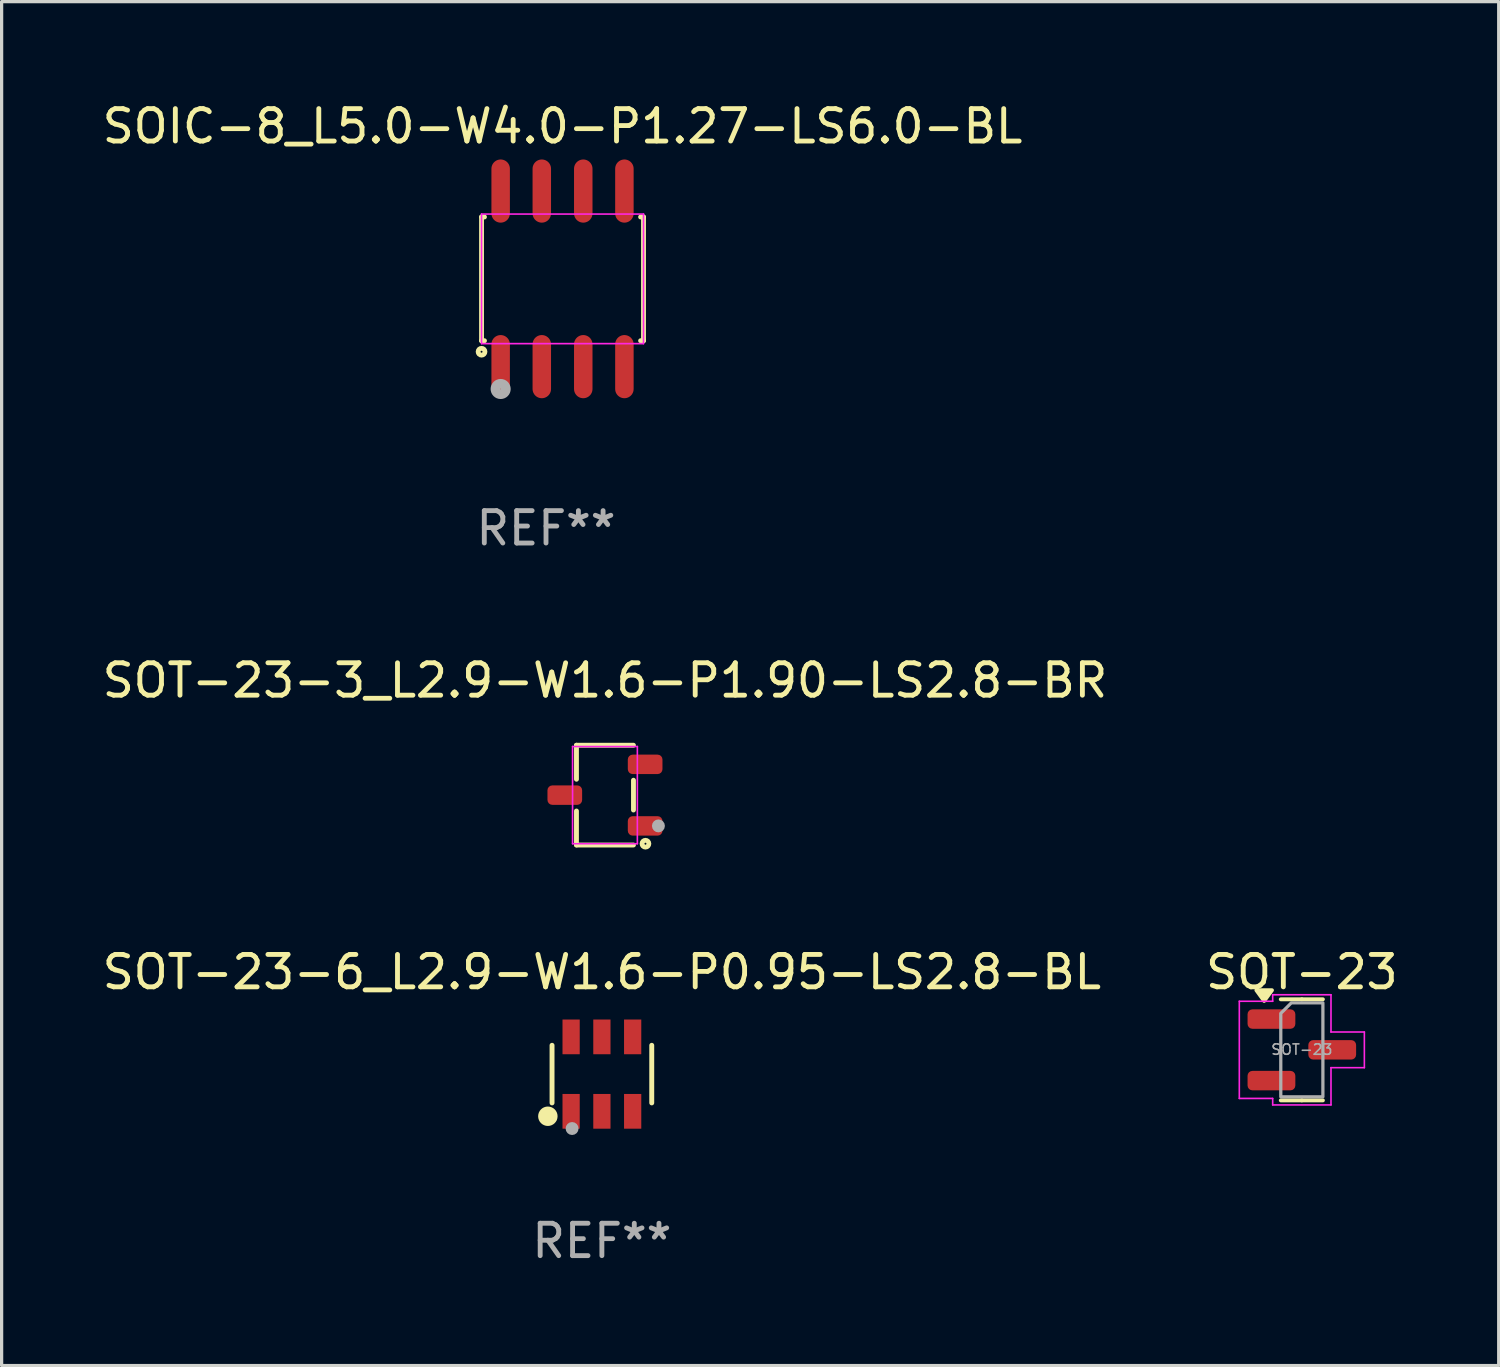
<source format=kicad_pcb>
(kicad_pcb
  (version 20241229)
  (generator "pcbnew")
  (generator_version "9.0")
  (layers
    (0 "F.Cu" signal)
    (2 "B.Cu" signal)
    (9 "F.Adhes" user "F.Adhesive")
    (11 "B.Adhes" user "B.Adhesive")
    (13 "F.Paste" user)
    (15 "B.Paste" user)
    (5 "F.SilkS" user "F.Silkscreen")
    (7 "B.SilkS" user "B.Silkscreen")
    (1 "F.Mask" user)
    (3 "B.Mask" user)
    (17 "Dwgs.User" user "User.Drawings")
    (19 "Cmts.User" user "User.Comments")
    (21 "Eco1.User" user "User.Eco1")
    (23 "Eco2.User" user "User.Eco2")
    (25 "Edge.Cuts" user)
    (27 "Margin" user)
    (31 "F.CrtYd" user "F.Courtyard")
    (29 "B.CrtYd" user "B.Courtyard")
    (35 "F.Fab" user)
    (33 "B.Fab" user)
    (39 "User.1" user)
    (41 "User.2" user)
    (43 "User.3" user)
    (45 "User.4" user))
  (footprint "SOIC-8_L5.0-W4.0-P1.27-LS6.0-BL"
    (layer "F.Cu")
    (at 14.315 5.558)
    (property "Reference" "SOIC-8_L5.0-W4.0-P1.27-LS6.0-BL" (at 0 -4.71 180) (layer "F.SilkS") (effects (font (size 1 1) (thickness 0.15))))
    (attr smd)
    (fp_line (start -2.5 -1.91) (end -2.41 -1.91) (stroke (width 0.15) (type solid)) (layer "F.SilkS"))
    (fp_line (start -2.5 1.91) (end -2.5 -1.91) (stroke (width 0.15) (type solid)) (layer "F.SilkS"))
    (fp_line (start -2.5 1.91) (end -2.41 1.91) (stroke (width 0.15) (type solid)) (layer "F.SilkS"))
    (fp_line (start 2.5 -1.91) (end 2.41 -1.91) (stroke (width 0.15) (type solid)) (layer "F.SilkS"))
    (fp_line (start 2.5 -1.91) (end 2.5 1.91) (stroke (width 0.15) (type solid)) (layer "F.SilkS"))
    (fp_line (start 2.5 1.91) (end 2.41 1.91) (stroke (width 0.15) (type solid)) (layer "F.SilkS"))
    (fp_circle (center -2.5 2.25) (end -2.47 2.25) (stroke (width 0.15) (type solid)) (fill no) (layer "F.SilkS"))
    (fp_line (start -2.5 -2) (end 2.5 -2) (stroke (width 0.05) (type default)) (layer "F.CrtYd"))
    (fp_line (start -2.5 2) (end -2.5 -2) (stroke (width 0.05) (type default)) (layer "F.CrtYd"))
    (fp_line (start 2.5 -2) (end 2.5 2) (stroke (width 0.05) (type default)) (layer "F.CrtYd"))
    (fp_line (start 2.5 2) (end -2.5 2) (stroke (width 0.05) (type default)) (layer "F.CrtYd"))
    (fp_circle (center -1.91 3.4) (end -1.75 3.4) (stroke (width 0.3) (type solid)) (fill no) (layer "F.Fab"))
    (fp_text user "REF**" (at -0.51 7.7 180) (layer "F.Fab") (effects (font (size 1 1) (thickness 0.15))))
    (pad "1" smd oval (at -1.91 2.71) (size 0.57 1.95) (layers "F.Cu" "F.Mask" "F.Paste"))
    (pad "2" smd oval (at -0.64 2.71) (size 0.57 1.95) (layers "F.Cu" "F.Mask" "F.Paste"))
    (pad "3" smd oval (at 0.64 2.71) (size 0.57 1.95) (layers "F.Cu" "F.Mask" "F.Paste"))
    (pad "4" smd oval (at 1.91 2.71) (size 0.57 1.95) (layers "F.Cu" "F.Mask" "F.Paste"))
    (pad "5" smd oval (at 1.91 -2.71) (size 0.57 1.95) (layers "F.Cu" "F.Mask" "F.Paste"))
    (pad "6" smd oval (at 0.64 -2.71) (size 0.57 1.95) (layers "F.Cu" "F.Mask" "F.Paste"))
    (pad "7" smd oval (at -0.64 -2.71) (size 0.57 1.95) (layers "F.Cu" "F.Mask" "F.Paste"))
    (pad "8" smd oval (at -1.91 -2.71) (size 0.57 1.95) (layers "F.Cu" "F.Mask" "F.Paste")))
  (footprint "SOT-23"
    (layer "F.Cu")
    (at 37.137 29.358)
    (property "Reference" "SOT-23" (at 0 -2.4 180) (layer "F.SilkS") (effects (font (size 1 1) (thickness 0.15))))
    (attr smd)
    (fp_line (start 0 -1.56) (end -0.65 -1.56) (stroke (width 0.12) (type solid)) (layer "F.SilkS"))
    (fp_line (start 0 -1.56) (end 0.65 -1.56) (stroke (width 0.12) (type solid)) (layer "F.SilkS"))
    (fp_line (start 0 1.56) (end -0.65 1.56) (stroke (width 0.12) (type solid)) (layer "F.SilkS"))
    (fp_line (start 0 1.56) (end 0.65 1.56) (stroke (width 0.12) (type solid)) (layer "F.SilkS"))
    (fp_poly (pts (xy -1.163 -1.51) (xy -1.403 -1.84) (xy -0.922 -1.84)) (stroke (width 0.12) (type solid)) (fill yes) (layer "F.SilkS"))
    (fp_line (start -1.93 -1.5) (end -0.9 -1.5) (stroke (width 0.05) (type solid)) (layer "F.CrtYd"))
    (fp_line (start -1.93 1.5) (end -1.93 -1.5) (stroke (width 0.05) (type solid)) (layer "F.CrtYd"))
    (fp_line (start -0.9 -1.7) (end 0.9 -1.7) (stroke (width 0.05) (type solid)) (layer "F.CrtYd"))
    (fp_line (start -0.9 -1.5) (end -0.9 -1.7) (stroke (width 0.05) (type solid)) (layer "F.CrtYd"))
    (fp_line (start -0.9 1.5) (end -1.93 1.5) (stroke (width 0.05) (type solid)) (layer "F.CrtYd"))
    (fp_line (start -0.9 1.7) (end -0.9 1.5) (stroke (width 0.05) (type solid)) (layer "F.CrtYd"))
    (fp_line (start 0.9 -1.7) (end 0.9 -0.55) (stroke (width 0.05) (type solid)) (layer "F.CrtYd"))
    (fp_line (start 0.9 -0.55) (end 1.93 -0.55) (stroke (width 0.05) (type solid)) (layer "F.CrtYd"))
    (fp_line (start 0.9 0.55) (end 0.9 1.7) (stroke (width 0.05) (type solid)) (layer "F.CrtYd"))
    (fp_line (start 0.9 1.7) (end -0.9 1.7) (stroke (width 0.05) (type solid)) (layer "F.CrtYd"))
    (fp_line (start 1.93 -0.55) (end 1.93 0.55) (stroke (width 0.05) (type solid)) (layer "F.CrtYd"))
    (fp_line (start 1.93 0.55) (end 0.9 0.55) (stroke (width 0.05) (type solid)) (layer "F.CrtYd"))
    (fp_poly (pts (xy -0.65 -1.125) (xy -0.65 1.45) (xy 0.65 1.45) (xy 0.65 -1.45) (xy -0.325 -1.45)) (stroke (width 0.1) (type solid)) (fill no) (layer "F.Fab"))
    (fp_text user "${REFERENCE}" (at 0 -0.01 180) (layer "F.Fab") (effects (font (size 0.32 0.32) (thickness 0.05))))
    (pad "1" smd roundrect (at -0.938 -0.95) (size 1.475 0.6) (layers "F.Cu" "F.Mask" "F.Paste") (roundrect_rratio 0.25))
    (pad "2" smd roundrect (at -0.938 0.95) (size 1.475 0.6) (layers "F.Cu" "F.Mask" "F.Paste") (roundrect_rratio 0.25))
    (pad "3" smd roundrect (at 0.938 0) (size 1.475 0.6) (layers "F.Cu" "F.Mask" "F.Paste") (roundrect_rratio 0.25)))
  (footprint "SOT-23-3_L2.9-W1.6-P1.90-LS2.8-BR"
    (layer "F.Cu")
    (at 15.625 21.495)
    (property "Reference" "SOT-23-3_L2.9-W1.6-P1.90-LS2.8-BR" (at 0 -3.54 0) (layer "F.SilkS") (effects (font (size 1 1) (thickness 0.15))))
    (attr smd)
    (fp_line (start -0.88 -1.54) (end -0.88 -0.49) (stroke (width 0.15) (type solid)) (layer "F.SilkS"))
    (fp_line (start -0.88 1.54) (end -0.88 0.49) (stroke (width 0.15) (type solid)) (layer "F.SilkS"))
    (fp_line (start 0.88 -1.54) (end -0.88 -1.54) (stroke (width 0.15) (type solid)) (layer "F.SilkS"))
    (fp_line (start 0.88 -0.46) (end 0.88 0.46) (stroke (width 0.15) (type solid)) (layer "F.SilkS"))
    (fp_line (start 0.88 1.54) (end -0.88 1.54) (stroke (width 0.15) (type solid)) (layer "F.SilkS"))
    (fp_circle (center 1.25 1.5) (end 1.28 1.5) (stroke (width 0.15) (type solid)) (fill no) (layer "F.SilkS"))
    (fp_line (start -1 -1.5) (end -1 1.5) (stroke (width 0.05) (type default)) (layer "F.CrtYd"))
    (fp_line (start -1 1.5) (end 1 1.5) (stroke (width 0.05) (type default)) (layer "F.CrtYd"))
    (fp_line (start 1 -1.5) (end -1 -1.5) (stroke (width 0.05) (type default)) (layer "F.CrtYd"))
    (fp_line (start 1 1.5) (end 1 -1.5) (stroke (width 0.05) (type default)) (layer "F.CrtYd"))
    (fp_circle (center 1.65 0.95) (end 1.75 0.95) (stroke (width 0.2) (type solid)) (fill no) (layer "F.Fab"))
    (pad "1" smd roundrect (at 1.24 0.95) (size 1.07 0.6) (layers "F.Cu" "F.Mask" "F.Paste") (roundrect_rratio 0.25))
    (pad "2" smd roundrect (at 1.24 -0.95) (size 1.07 0.6) (layers "F.Cu" "F.Mask" "F.Paste") (roundrect_rratio 0.25))
    (pad "3" smd roundrect (at -1.24 0) (size 1.07 0.6) (layers "F.Cu" "F.Mask" "F.Paste") (roundrect_rratio 0.25)))
  (footprint "SOT-23-6_L2.9-W1.6-P0.95-LS2.8-BL"
    (layer "F.Cu")
    (at 15.53 30.107)
    (property "Reference" "SOT-23-6_L2.9-W1.6-P0.95-LS2.8-BL" (at 0 -3.149 0) (layer "F.SilkS") (effects (font (size 1 1) (thickness 0.15))))
    (attr smd)
    (fp_line (start -1.539 0.889) (end -1.539 -0.889) (stroke (width 0.152) (type solid)) (layer "F.SilkS"))
    (fp_line (start 1.539 0.889) (end 1.539 -0.889) (stroke (width 0.152) (type solid)) (layer "F.SilkS"))
    (fp_circle (center -1.668 1.301) (end -1.518 1.301) (stroke (width 0.3) (type solid)) (fill no) (layer "F.SilkS"))
    (fp_circle (center -1.463 1.4) (end -1.433 1.4) (stroke (width 0.06) (type solid)) (fill no) (layer "F.SilkS"))
    (fp_circle (center -0.92 1.68) (end -0.82 1.68) (stroke (width 0.2) (type solid)) (fill no) (layer "F.Fab"))
    (fp_text user "REF**" (at 0 5.149 0) (layer "F.Fab") (effects (font (size 1 1) (thickness 0.15))))
    (pad "1" smd rect (at -0.95 1.149) (size 0.532 1.072) (layers "F.Cu" "F.Mask" "F.Paste"))
    (pad "2" smd rect (at 0 1.149) (size 0.532 1.072) (layers "F.Cu" "F.Mask" "F.Paste"))
    (pad "3" smd rect (at 0.95 1.149) (size 0.532 1.072) (layers "F.Cu" "F.Mask" "F.Paste"))
    (pad "4" smd rect (at 0.95 -1.149) (size 0.532 1.072) (layers "F.Cu" "F.Mask" "F.Paste"))
    (pad "5" smd rect (at 0 -1.149) (size 0.532 1.072) (layers "F.Cu" "F.Mask" "F.Paste"))
    (pad "6" smd rect (at -0.95 -1.149) (size 0.532 1.072) (layers "F.Cu" "F.Mask" "F.Paste")))
  (gr_rect
    (start -3 -3)
    (end 43.214 39.104)
    (stroke (width 0.1) (type default))
    (fill no)
    (layer "Edge.Cuts")))
</source>
